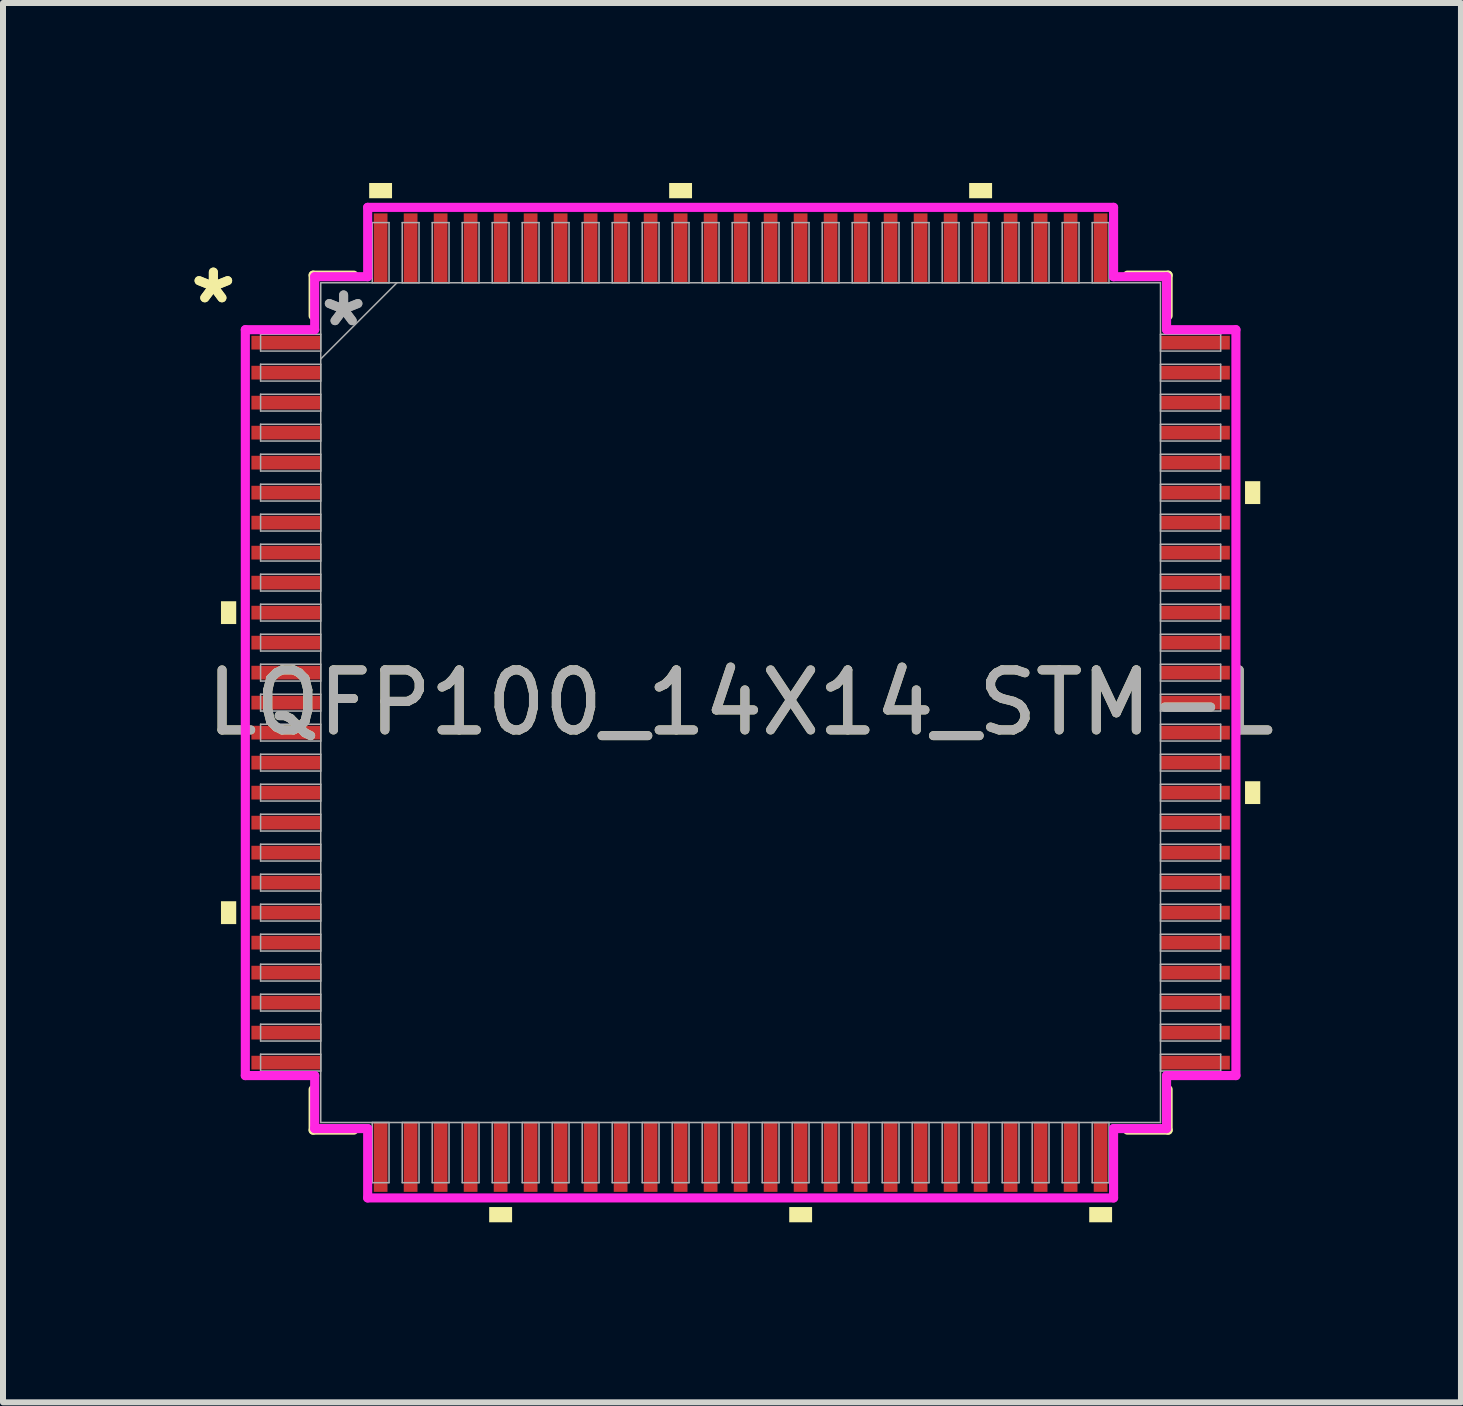
<source format=kicad_pcb>
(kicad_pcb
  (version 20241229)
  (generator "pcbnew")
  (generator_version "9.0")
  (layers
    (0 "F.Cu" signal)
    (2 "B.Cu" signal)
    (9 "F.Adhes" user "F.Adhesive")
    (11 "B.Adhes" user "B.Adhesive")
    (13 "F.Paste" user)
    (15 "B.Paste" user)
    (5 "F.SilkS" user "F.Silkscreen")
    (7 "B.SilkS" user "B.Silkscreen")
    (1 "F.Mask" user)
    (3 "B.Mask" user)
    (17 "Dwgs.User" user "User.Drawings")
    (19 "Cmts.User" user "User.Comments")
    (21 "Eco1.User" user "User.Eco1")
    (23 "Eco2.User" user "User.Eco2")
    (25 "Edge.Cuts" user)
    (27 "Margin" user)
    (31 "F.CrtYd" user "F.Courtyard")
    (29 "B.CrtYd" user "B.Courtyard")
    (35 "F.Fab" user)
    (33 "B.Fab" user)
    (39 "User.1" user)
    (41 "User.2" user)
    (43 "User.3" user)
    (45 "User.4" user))
  (footprint "LQFP100_14X14_STM-L"
    (layer "F.Cu")
    (at 9.294 8.661)
    (property "Reference" "LQFP100_14X14_STM-L" (at 0 0 0) (unlocked yes) (layer "F.SilkS") (effects (font (size 1 1) (thickness 0.15))))
    (attr smd)
    (fp_line (start -7.125 -7.125) (end -7.125 -6.447) (stroke (width 0.152) (type solid)) (layer "F.SilkS"))
    (fp_line (start -7.125 6.447) (end -7.125 7.125) (stroke (width 0.152) (type solid)) (layer "F.SilkS"))
    (fp_line (start -7.125 7.125) (end -6.447 7.125) (stroke (width 0.152) (type solid)) (layer "F.SilkS"))
    (fp_line (start -6.447 -7.125) (end -7.125 -7.125) (stroke (width 0.152) (type solid)) (layer "F.SilkS"))
    (fp_line (start 6.447 7.125) (end 7.125 7.125) (stroke (width 0.152) (type solid)) (layer "F.SilkS"))
    (fp_line (start 7.125 -7.125) (end 6.447 -7.125) (stroke (width 0.152) (type solid)) (layer "F.SilkS"))
    (fp_line (start 7.125 -6.447) (end 7.125 -7.125) (stroke (width 0.152) (type solid)) (layer "F.SilkS"))
    (fp_line (start 7.125 7.125) (end 7.125 6.447) (stroke (width 0.152) (type solid)) (layer "F.SilkS"))
    (fp_poly (pts (xy -8.661 -1.69) (xy -8.661 -1.31) (xy -8.407 -1.31) (xy -8.407 -1.69)) (stroke (width 0) (type solid)) (fill yes) (layer "F.SilkS"))
    (fp_poly (pts (xy -8.661 3.31) (xy -8.661 3.691) (xy -8.407 3.691) (xy -8.407 3.31)) (stroke (width 0) (type solid)) (fill yes) (layer "F.SilkS"))
    (fp_poly (pts (xy -6.191 -8.407) (xy -6.191 -8.661) (xy -5.81 -8.661) (xy -5.81 -8.407)) (stroke (width 0) (type solid)) (fill yes) (layer "F.SilkS"))
    (fp_poly (pts (xy -4.191 8.407) (xy -4.191 8.661) (xy -3.809 8.661) (xy -3.809 8.407)) (stroke (width 0) (type solid)) (fill yes) (layer "F.SilkS"))
    (fp_poly (pts (xy -1.191 -8.407) (xy -1.191 -8.661) (xy -0.81 -8.661) (xy -0.81 -8.407)) (stroke (width 0) (type solid)) (fill yes) (layer "F.SilkS"))
    (fp_poly (pts (xy 0.81 8.407) (xy 0.81 8.661) (xy 1.191 8.661) (xy 1.191 8.407)) (stroke (width 0) (type solid)) (fill yes) (layer "F.SilkS"))
    (fp_poly (pts (xy 3.809 -8.407) (xy 3.809 -8.661) (xy 4.191 -8.661) (xy 4.191 -8.407)) (stroke (width 0) (type solid)) (fill yes) (layer "F.SilkS"))
    (fp_poly (pts (xy 5.81 8.407) (xy 5.81 8.661) (xy 6.191 8.661) (xy 6.191 8.407)) (stroke (width 0) (type solid)) (fill yes) (layer "F.SilkS"))
    (fp_poly (pts (xy 8.661 -3.691) (xy 8.661 -3.31) (xy 8.407 -3.31) (xy 8.407 -3.691)) (stroke (width 0) (type solid)) (fill yes) (layer "F.SilkS"))
    (fp_poly (pts (xy 8.661 1.31) (xy 8.661 1.69) (xy 8.407 1.69) (xy 8.407 1.31)) (stroke (width 0) (type solid)) (fill yes) (layer "F.SilkS"))
    (fp_line (start -8.255 -6.216) (end -7.099 -6.216) (stroke (width 0.152) (type solid)) (layer "F.CrtYd"))
    (fp_line (start -8.255 6.216) (end -8.255 -6.216) (stroke (width 0.152) (type solid)) (layer "F.CrtYd"))
    (fp_line (start -7.099 -7.099) (end -6.216 -7.099) (stroke (width 0.152) (type solid)) (layer "F.CrtYd"))
    (fp_line (start -7.099 -6.216) (end -7.099 -7.099) (stroke (width 0.152) (type solid)) (layer "F.CrtYd"))
    (fp_line (start -7.099 6.216) (end -8.255 6.216) (stroke (width 0.152) (type solid)) (layer "F.CrtYd"))
    (fp_line (start -7.099 7.099) (end -7.099 6.216) (stroke (width 0.152) (type solid)) (layer "F.CrtYd"))
    (fp_line (start -7.099 7.099) (end -6.216 7.099) (stroke (width 0.152) (type solid)) (layer "F.CrtYd"))
    (fp_line (start -6.216 -8.255) (end 6.216 -8.255) (stroke (width 0.152) (type solid)) (layer "F.CrtYd"))
    (fp_line (start -6.216 -7.099) (end -6.216 -8.255) (stroke (width 0.152) (type solid)) (layer "F.CrtYd"))
    (fp_line (start -6.216 7.099) (end -6.216 8.255) (stroke (width 0.152) (type solid)) (layer "F.CrtYd"))
    (fp_line (start -6.216 8.255) (end 6.216 8.255) (stroke (width 0.152) (type solid)) (layer "F.CrtYd"))
    (fp_line (start 6.216 -8.255) (end 6.216 -7.099) (stroke (width 0.152) (type solid)) (layer "F.CrtYd"))
    (fp_line (start 6.216 -7.099) (end 7.099 -7.099) (stroke (width 0.152) (type solid)) (layer "F.CrtYd"))
    (fp_line (start 6.216 7.099) (end 7.099 7.099) (stroke (width 0.152) (type solid)) (layer "F.CrtYd"))
    (fp_line (start 6.216 8.255) (end 6.216 7.099) (stroke (width 0.152) (type solid)) (layer "F.CrtYd"))
    (fp_line (start 7.099 -6.216) (end 7.099 -7.099) (stroke (width 0.152) (type solid)) (layer "F.CrtYd"))
    (fp_line (start 7.099 6.216) (end 8.255 6.216) (stroke (width 0.152) (type solid)) (layer "F.CrtYd"))
    (fp_line (start 7.099 7.099) (end 7.099 6.216) (stroke (width 0.152) (type solid)) (layer "F.CrtYd"))
    (fp_line (start 8.255 -6.216) (end 7.099 -6.216) (stroke (width 0.152) (type solid)) (layer "F.CrtYd"))
    (fp_line (start 8.255 6.216) (end 8.255 -6.216) (stroke (width 0.152) (type solid)) (layer "F.CrtYd"))
    (fp_line (start -8.001 -6.14) (end -8.001 -5.86) (stroke (width 0.025) (type solid)) (layer "F.Fab"))
    (fp_line (start -8.001 -5.86) (end -6.998 -5.86) (stroke (width 0.025) (type solid)) (layer "F.Fab"))
    (fp_line (start -8.001 -5.64) (end -8.001 -5.36) (stroke (width 0.025) (type solid)) (layer "F.Fab"))
    (fp_line (start -8.001 -5.36) (end -6.998 -5.36) (stroke (width 0.025) (type solid)) (layer "F.Fab"))
    (fp_line (start -8.001 -5.14) (end -8.001 -4.86) (stroke (width 0.025) (type solid)) (layer "F.Fab"))
    (fp_line (start -8.001 -4.86) (end -6.998 -4.86) (stroke (width 0.025) (type solid)) (layer "F.Fab"))
    (fp_line (start -8.001 -4.64) (end -8.001 -4.36) (stroke (width 0.025) (type solid)) (layer "F.Fab"))
    (fp_line (start -8.001 -4.36) (end -6.998 -4.36) (stroke (width 0.025) (type solid)) (layer "F.Fab"))
    (fp_line (start -8.001 -4.14) (end -8.001 -3.86) (stroke (width 0.025) (type solid)) (layer "F.Fab"))
    (fp_line (start -8.001 -3.86) (end -6.998 -3.86) (stroke (width 0.025) (type solid)) (layer "F.Fab"))
    (fp_line (start -8.001 -3.64) (end -8.001 -3.36) (stroke (width 0.025) (type solid)) (layer "F.Fab"))
    (fp_line (start -8.001 -3.36) (end -6.998 -3.36) (stroke (width 0.025) (type solid)) (layer "F.Fab"))
    (fp_line (start -8.001 -3.14) (end -8.001 -2.86) (stroke (width 0.025) (type solid)) (layer "F.Fab"))
    (fp_line (start -8.001 -2.86) (end -6.998 -2.86) (stroke (width 0.025) (type solid)) (layer "F.Fab"))
    (fp_line (start -8.001 -2.64) (end -8.001 -2.36) (stroke (width 0.025) (type solid)) (layer "F.Fab"))
    (fp_line (start -8.001 -2.36) (end -6.998 -2.36) (stroke (width 0.025) (type solid)) (layer "F.Fab"))
    (fp_line (start -8.001 -2.14) (end -8.001 -1.86) (stroke (width 0.025) (type solid)) (layer "F.Fab"))
    (fp_line (start -8.001 -1.86) (end -6.998 -1.86) (stroke (width 0.025) (type solid)) (layer "F.Fab"))
    (fp_line (start -8.001 -1.64) (end -8.001 -1.36) (stroke (width 0.025) (type solid)) (layer "F.Fab"))
    (fp_line (start -8.001 -1.36) (end -6.998 -1.36) (stroke (width 0.025) (type solid)) (layer "F.Fab"))
    (fp_line (start -8.001 -1.14) (end -8.001 -0.86) (stroke (width 0.025) (type solid)) (layer "F.Fab"))
    (fp_line (start -8.001 -0.86) (end -6.998 -0.86) (stroke (width 0.025) (type solid)) (layer "F.Fab"))
    (fp_line (start -8.001 -0.64) (end -8.001 -0.36) (stroke (width 0.025) (type solid)) (layer "F.Fab"))
    (fp_line (start -8.001 -0.36) (end -6.998 -0.36) (stroke (width 0.025) (type solid)) (layer "F.Fab"))
    (fp_line (start -8.001 -0.14) (end -8.001 0.14) (stroke (width 0.025) (type solid)) (layer "F.Fab"))
    (fp_line (start -8.001 0.14) (end -6.998 0.14) (stroke (width 0.025) (type solid)) (layer "F.Fab"))
    (fp_line (start -8.001 0.36) (end -8.001 0.64) (stroke (width 0.025) (type solid)) (layer "F.Fab"))
    (fp_line (start -8.001 0.64) (end -6.998 0.64) (stroke (width 0.025) (type solid)) (layer "F.Fab"))
    (fp_line (start -8.001 0.86) (end -8.001 1.14) (stroke (width 0.025) (type solid)) (layer "F.Fab"))
    (fp_line (start -8.001 1.14) (end -6.998 1.14) (stroke (width 0.025) (type solid)) (layer "F.Fab"))
    (fp_line (start -8.001 1.36) (end -8.001 1.64) (stroke (width 0.025) (type solid)) (layer "F.Fab"))
    (fp_line (start -8.001 1.64) (end -6.998 1.64) (stroke (width 0.025) (type solid)) (layer "F.Fab"))
    (fp_line (start -8.001 1.86) (end -8.001 2.14) (stroke (width 0.025) (type solid)) (layer "F.Fab"))
    (fp_line (start -8.001 2.14) (end -6.998 2.14) (stroke (width 0.025) (type solid)) (layer "F.Fab"))
    (fp_line (start -8.001 2.36) (end -8.001 2.64) (stroke (width 0.025) (type solid)) (layer "F.Fab"))
    (fp_line (start -8.001 2.64) (end -6.998 2.64) (stroke (width 0.025) (type solid)) (layer "F.Fab"))
    (fp_line (start -8.001 2.86) (end -8.001 3.14) (stroke (width 0.025) (type solid)) (layer "F.Fab"))
    (fp_line (start -8.001 3.14) (end -6.998 3.14) (stroke (width 0.025) (type solid)) (layer "F.Fab"))
    (fp_line (start -8.001 3.36) (end -8.001 3.64) (stroke (width 0.025) (type solid)) (layer "F.Fab"))
    (fp_line (start -8.001 3.64) (end -6.998 3.64) (stroke (width 0.025) (type solid)) (layer "F.Fab"))
    (fp_line (start -8.001 3.86) (end -8.001 4.14) (stroke (width 0.025) (type solid)) (layer "F.Fab"))
    (fp_line (start -8.001 4.14) (end -6.998 4.14) (stroke (width 0.025) (type solid)) (layer "F.Fab"))
    (fp_line (start -8.001 4.36) (end -8.001 4.64) (stroke (width 0.025) (type solid)) (layer "F.Fab"))
    (fp_line (start -8.001 4.64) (end -6.998 4.64) (stroke (width 0.025) (type solid)) (layer "F.Fab"))
    (fp_line (start -8.001 4.86) (end -8.001 5.14) (stroke (width 0.025) (type solid)) (layer "F.Fab"))
    (fp_line (start -8.001 5.14) (end -6.998 5.14) (stroke (width 0.025) (type solid)) (layer "F.Fab"))
    (fp_line (start -8.001 5.36) (end -8.001 5.64) (stroke (width 0.025) (type solid)) (layer "F.Fab"))
    (fp_line (start -8.001 5.64) (end -6.998 5.64) (stroke (width 0.025) (type solid)) (layer "F.Fab"))
    (fp_line (start -8.001 5.86) (end -8.001 6.14) (stroke (width 0.025) (type solid)) (layer "F.Fab"))
    (fp_line (start -8.001 6.14) (end -6.998 6.14) (stroke (width 0.025) (type solid)) (layer "F.Fab"))
    (fp_line (start -6.998 -6.998) (end -6.998 6.998) (stroke (width 0.025) (type solid)) (layer "F.Fab"))
    (fp_line (start -6.998 -6.14) (end -8.001 -6.14) (stroke (width 0.025) (type solid)) (layer "F.Fab"))
    (fp_line (start -6.998 -5.86) (end -6.998 -6.14) (stroke (width 0.025) (type solid)) (layer "F.Fab"))
    (fp_line (start -6.998 -5.728) (end -5.728 -6.998) (stroke (width 0.025) (type solid)) (layer "F.Fab"))
    (fp_line (start -6.998 -5.64) (end -8.001 -5.64) (stroke (width 0.025) (type solid)) (layer "F.Fab"))
    (fp_line (start -6.998 -5.36) (end -6.998 -5.64) (stroke (width 0.025) (type solid)) (layer "F.Fab"))
    (fp_line (start -6.998 -5.14) (end -8.001 -5.14) (stroke (width 0.025) (type solid)) (layer "F.Fab"))
    (fp_line (start -6.998 -4.86) (end -6.998 -5.14) (stroke (width 0.025) (type solid)) (layer "F.Fab"))
    (fp_line (start -6.998 -4.64) (end -8.001 -4.64) (stroke (width 0.025) (type solid)) (layer "F.Fab"))
    (fp_line (start -6.998 -4.36) (end -6.998 -4.64) (stroke (width 0.025) (type solid)) (layer "F.Fab"))
    (fp_line (start -6.998 -4.14) (end -8.001 -4.14) (stroke (width 0.025) (type solid)) (layer "F.Fab"))
    (fp_line (start -6.998 -3.86) (end -6.998 -4.14) (stroke (width 0.025) (type solid)) (layer "F.Fab"))
    (fp_line (start -6.998 -3.64) (end -8.001 -3.64) (stroke (width 0.025) (type solid)) (layer "F.Fab"))
    (fp_line (start -6.998 -3.36) (end -6.998 -3.64) (stroke (width 0.025) (type solid)) (layer "F.Fab"))
    (fp_line (start -6.998 -3.14) (end -8.001 -3.14) (stroke (width 0.025) (type solid)) (layer "F.Fab"))
    (fp_line (start -6.998 -2.86) (end -6.998 -3.14) (stroke (width 0.025) (type solid)) (layer "F.Fab"))
    (fp_line (start -6.998 -2.64) (end -8.001 -2.64) (stroke (width 0.025) (type solid)) (layer "F.Fab"))
    (fp_line (start -6.998 -2.36) (end -6.998 -2.64) (stroke (width 0.025) (type solid)) (layer "F.Fab"))
    (fp_line (start -6.998 -2.14) (end -8.001 -2.14) (stroke (width 0.025) (type solid)) (layer "F.Fab"))
    (fp_line (start -6.998 -1.86) (end -6.998 -2.14) (stroke (width 0.025) (type solid)) (layer "F.Fab"))
    (fp_line (start -6.998 -1.64) (end -8.001 -1.64) (stroke (width 0.025) (type solid)) (layer "F.Fab"))
    (fp_line (start -6.998 -1.36) (end -6.998 -1.64) (stroke (width 0.025) (type solid)) (layer "F.Fab"))
    (fp_line (start -6.998 -1.14) (end -8.001 -1.14) (stroke (width 0.025) (type solid)) (layer "F.Fab"))
    (fp_line (start -6.998 -0.86) (end -6.998 -1.14) (stroke (width 0.025) (type solid)) (layer "F.Fab"))
    (fp_line (start -6.998 -0.64) (end -8.001 -0.64) (stroke (width 0.025) (type solid)) (layer "F.Fab"))
    (fp_line (start -6.998 -0.36) (end -6.998 -0.64) (stroke (width 0.025) (type solid)) (layer "F.Fab"))
    (fp_line (start -6.998 -0.14) (end -8.001 -0.14) (stroke (width 0.025) (type solid)) (layer "F.Fab"))
    (fp_line (start -6.998 0.14) (end -6.998 -0.14) (stroke (width 0.025) (type solid)) (layer "F.Fab"))
    (fp_line (start -6.998 0.36) (end -8.001 0.36) (stroke (width 0.025) (type solid)) (layer "F.Fab"))
    (fp_line (start -6.998 0.64) (end -6.998 0.36) (stroke (width 0.025) (type solid)) (layer "F.Fab"))
    (fp_line (start -6.998 0.86) (end -8.001 0.86) (stroke (width 0.025) (type solid)) (layer "F.Fab"))
    (fp_line (start -6.998 1.14) (end -6.998 0.86) (stroke (width 0.025) (type solid)) (layer "F.Fab"))
    (fp_line (start -6.998 1.36) (end -8.001 1.36) (stroke (width 0.025) (type solid)) (layer "F.Fab"))
    (fp_line (start -6.998 1.64) (end -6.998 1.36) (stroke (width 0.025) (type solid)) (layer "F.Fab"))
    (fp_line (start -6.998 1.86) (end -8.001 1.86) (stroke (width 0.025) (type solid)) (layer "F.Fab"))
    (fp_line (start -6.998 2.14) (end -6.998 1.86) (stroke (width 0.025) (type solid)) (layer "F.Fab"))
    (fp_line (start -6.998 2.36) (end -8.001 2.36) (stroke (width 0.025) (type solid)) (layer "F.Fab"))
    (fp_line (start -6.998 2.64) (end -6.998 2.36) (stroke (width 0.025) (type solid)) (layer "F.Fab"))
    (fp_line (start -6.998 2.86) (end -8.001 2.86) (stroke (width 0.025) (type solid)) (layer "F.Fab"))
    (fp_line (start -6.998 3.14) (end -6.998 2.86) (stroke (width 0.025) (type solid)) (layer "F.Fab"))
    (fp_line (start -6.998 3.36) (end -8.001 3.36) (stroke (width 0.025) (type solid)) (layer "F.Fab"))
    (fp_line (start -6.998 3.64) (end -6.998 3.36) (stroke (width 0.025) (type solid)) (layer "F.Fab"))
    (fp_line (start -6.998 3.86) (end -8.001 3.86) (stroke (width 0.025) (type solid)) (layer "F.Fab"))
    (fp_line (start -6.998 4.14) (end -6.998 3.86) (stroke (width 0.025) (type solid)) (layer "F.Fab"))
    (fp_line (start -6.998 4.36) (end -8.001 4.36) (stroke (width 0.025) (type solid)) (layer "F.Fab"))
    (fp_line (start -6.998 4.64) (end -6.998 4.36) (stroke (width 0.025) (type solid)) (layer "F.Fab"))
    (fp_line (start -6.998 4.86) (end -8.001 4.86) (stroke (width 0.025) (type solid)) (layer "F.Fab"))
    (fp_line (start -6.998 5.14) (end -6.998 4.86) (stroke (width 0.025) (type solid)) (layer "F.Fab"))
    (fp_line (start -6.998 5.36) (end -8.001 5.36) (stroke (width 0.025) (type solid)) (layer "F.Fab"))
    (fp_line (start -6.998 5.64) (end -6.998 5.36) (stroke (width 0.025) (type solid)) (layer "F.Fab"))
    (fp_line (start -6.998 5.86) (end -8.001 5.86) (stroke (width 0.025) (type solid)) (layer "F.Fab"))
    (fp_line (start -6.998 6.14) (end -6.998 5.86) (stroke (width 0.025) (type solid)) (layer "F.Fab"))
    (fp_line (start -6.998 6.998) (end 6.998 6.998) (stroke (width 0.025) (type solid)) (layer "F.Fab"))
    (fp_line (start -6.14 -8.001) (end -6.14 -6.998) (stroke (width 0.025) (type solid)) (layer "F.Fab"))
    (fp_line (start -6.14 -6.998) (end -5.86 -6.998) (stroke (width 0.025) (type solid)) (layer "F.Fab"))
    (fp_line (start -6.14 6.998) (end -6.14 8.001) (stroke (width 0.025) (type solid)) (layer "F.Fab"))
    (fp_line (start -6.14 8.001) (end -5.86 8.001) (stroke (width 0.025) (type solid)) (layer "F.Fab"))
    (fp_line (start -5.86 -8.001) (end -6.14 -8.001) (stroke (width 0.025) (type solid)) (layer "F.Fab"))
    (fp_line (start -5.86 -6.998) (end -5.86 -8.001) (stroke (width 0.025) (type solid)) (layer "F.Fab"))
    (fp_line (start -5.86 6.998) (end -6.14 6.998) (stroke (width 0.025) (type solid)) (layer "F.Fab"))
    (fp_line (start -5.86 8.001) (end -5.86 6.998) (stroke (width 0.025) (type solid)) (layer "F.Fab"))
    (fp_line (start -5.64 -8.001) (end -5.64 -6.998) (stroke (width 0.025) (type solid)) (layer "F.Fab"))
    (fp_line (start -5.64 -6.998) (end -5.36 -6.998) (stroke (width 0.025) (type solid)) (layer "F.Fab"))
    (fp_line (start -5.64 6.998) (end -5.64 8.001) (stroke (width 0.025) (type solid)) (layer "F.Fab"))
    (fp_line (start -5.64 8.001) (end -5.36 8.001) (stroke (width 0.025) (type solid)) (layer "F.Fab"))
    (fp_line (start -5.36 -8.001) (end -5.64 -8.001) (stroke (width 0.025) (type solid)) (layer "F.Fab"))
    (fp_line (start -5.36 -6.998) (end -5.36 -8.001) (stroke (width 0.025) (type solid)) (layer "F.Fab"))
    (fp_line (start -5.36 6.998) (end -5.64 6.998) (stroke (width 0.025) (type solid)) (layer "F.Fab"))
    (fp_line (start -5.36 8.001) (end -5.36 6.998) (stroke (width 0.025) (type solid)) (layer "F.Fab"))
    (fp_line (start -5.14 -8.001) (end -5.14 -6.998) (stroke (width 0.025) (type solid)) (layer "F.Fab"))
    (fp_line (start -5.14 -6.998) (end -4.86 -6.998) (stroke (width 0.025) (type solid)) (layer "F.Fab"))
    (fp_line (start -5.14 6.998) (end -5.14 8.001) (stroke (width 0.025) (type solid)) (layer "F.Fab"))
    (fp_line (start -5.14 8.001) (end -4.86 8.001) (stroke (width 0.025) (type solid)) (layer "F.Fab"))
    (fp_line (start -4.86 -8.001) (end -5.14 -8.001) (stroke (width 0.025) (type solid)) (layer "F.Fab"))
    (fp_line (start -4.86 -6.998) (end -4.86 -8.001) (stroke (width 0.025) (type solid)) (layer "F.Fab"))
    (fp_line (start -4.86 6.998) (end -5.14 6.998) (stroke (width 0.025) (type solid)) (layer "F.Fab"))
    (fp_line (start -4.86 8.001) (end -4.86 6.998) (stroke (width 0.025) (type solid)) (layer "F.Fab"))
    (fp_line (start -4.64 -8.001) (end -4.64 -6.998) (stroke (width 0.025) (type solid)) (layer "F.Fab"))
    (fp_line (start -4.64 -6.998) (end -4.36 -6.998) (stroke (width 0.025) (type solid)) (layer "F.Fab"))
    (fp_line (start -4.64 6.998) (end -4.64 8.001) (stroke (width 0.025) (type solid)) (layer "F.Fab"))
    (fp_line (start -4.64 8.001) (end -4.36 8.001) (stroke (width 0.025) (type solid)) (layer "F.Fab"))
    (fp_line (start -4.36 -8.001) (end -4.64 -8.001) (stroke (width 0.025) (type solid)) (layer "F.Fab"))
    (fp_line (start -4.36 -6.998) (end -4.36 -8.001) (stroke (width 0.025) (type solid)) (layer "F.Fab"))
    (fp_line (start -4.36 6.998) (end -4.64 6.998) (stroke (width 0.025) (type solid)) (layer "F.Fab"))
    (fp_line (start -4.36 8.001) (end -4.36 6.998) (stroke (width 0.025) (type solid)) (layer "F.Fab"))
    (fp_line (start -4.14 -8.001) (end -4.14 -6.998) (stroke (width 0.025) (type solid)) (layer "F.Fab"))
    (fp_line (start -4.14 -6.998) (end -3.86 -6.998) (stroke (width 0.025) (type solid)) (layer "F.Fab"))
    (fp_line (start -4.14 6.998) (end -4.14 8.001) (stroke (width 0.025) (type solid)) (layer "F.Fab"))
    (fp_line (start -4.14 8.001) (end -3.86 8.001) (stroke (width 0.025) (type solid)) (layer "F.Fab"))
    (fp_line (start -3.86 -8.001) (end -4.14 -8.001) (stroke (width 0.025) (type solid)) (layer "F.Fab"))
    (fp_line (start -3.86 -6.998) (end -3.86 -8.001) (stroke (width 0.025) (type solid)) (layer "F.Fab"))
    (fp_line (start -3.86 6.998) (end -4.14 6.998) (stroke (width 0.025) (type solid)) (layer "F.Fab"))
    (fp_line (start -3.86 8.001) (end -3.86 6.998) (stroke (width 0.025) (type solid)) (layer "F.Fab"))
    (fp_line (start -3.64 -8.001) (end -3.64 -6.998) (stroke (width 0.025) (type solid)) (layer "F.Fab"))
    (fp_line (start -3.64 -6.998) (end -3.36 -6.998) (stroke (width 0.025) (type solid)) (layer "F.Fab"))
    (fp_line (start -3.64 6.998) (end -3.64 8.001) (stroke (width 0.025) (type solid)) (layer "F.Fab"))
    (fp_line (start -3.64 8.001) (end -3.36 8.001) (stroke (width 0.025) (type solid)) (layer "F.Fab"))
    (fp_line (start -3.36 -8.001) (end -3.64 -8.001) (stroke (width 0.025) (type solid)) (layer "F.Fab"))
    (fp_line (start -3.36 -6.998) (end -3.36 -8.001) (stroke (width 0.025) (type solid)) (layer "F.Fab"))
    (fp_line (start -3.36 6.998) (end -3.64 6.998) (stroke (width 0.025) (type solid)) (layer "F.Fab"))
    (fp_line (start -3.36 8.001) (end -3.36 6.998) (stroke (width 0.025) (type solid)) (layer "F.Fab"))
    (fp_line (start -3.14 -8.001) (end -3.14 -6.998) (stroke (width 0.025) (type solid)) (layer "F.Fab"))
    (fp_line (start -3.14 -6.998) (end -2.86 -6.998) (stroke (width 0.025) (type solid)) (layer "F.Fab"))
    (fp_line (start -3.14 6.998) (end -3.14 8.001) (stroke (width 0.025) (type solid)) (layer "F.Fab"))
    (fp_line (start -3.14 8.001) (end -2.86 8.001) (stroke (width 0.025) (type solid)) (layer "F.Fab"))
    (fp_line (start -2.86 -8.001) (end -3.14 -8.001) (stroke (width 0.025) (type solid)) (layer "F.Fab"))
    (fp_line (start -2.86 -6.998) (end -2.86 -8.001) (stroke (width 0.025) (type solid)) (layer "F.Fab"))
    (fp_line (start -2.86 6.998) (end -3.14 6.998) (stroke (width 0.025) (type solid)) (layer "F.Fab"))
    (fp_line (start -2.86 8.001) (end -2.86 6.998) (stroke (width 0.025) (type solid)) (layer "F.Fab"))
    (fp_line (start -2.64 -8.001) (end -2.64 -6.998) (stroke (width 0.025) (type solid)) (layer "F.Fab"))
    (fp_line (start -2.64 -6.998) (end -2.36 -6.998) (stroke (width 0.025) (type solid)) (layer "F.Fab"))
    (fp_line (start -2.64 6.998) (end -2.64 8.001) (stroke (width 0.025) (type solid)) (layer "F.Fab"))
    (fp_line (start -2.64 8.001) (end -2.36 8.001) (stroke (width 0.025) (type solid)) (layer "F.Fab"))
    (fp_line (start -2.36 -8.001) (end -2.64 -8.001) (stroke (width 0.025) (type solid)) (layer "F.Fab"))
    (fp_line (start -2.36 -6.998) (end -2.36 -8.001) (stroke (width 0.025) (type solid)) (layer "F.Fab"))
    (fp_line (start -2.36 6.998) (end -2.64 6.998) (stroke (width 0.025) (type solid)) (layer "F.Fab"))
    (fp_line (start -2.36 8.001) (end -2.36 6.998) (stroke (width 0.025) (type solid)) (layer "F.Fab"))
    (fp_line (start -2.14 -8.001) (end -2.14 -6.998) (stroke (width 0.025) (type solid)) (layer "F.Fab"))
    (fp_line (start -2.14 -6.998) (end -1.86 -6.998) (stroke (width 0.025) (type solid)) (layer "F.Fab"))
    (fp_line (start -2.14 6.998) (end -2.14 8.001) (stroke (width 0.025) (type solid)) (layer "F.Fab"))
    (fp_line (start -2.14 8.001) (end -1.86 8.001) (stroke (width 0.025) (type solid)) (layer "F.Fab"))
    (fp_line (start -1.86 -8.001) (end -2.14 -8.001) (stroke (width 0.025) (type solid)) (layer "F.Fab"))
    (fp_line (start -1.86 -6.998) (end -1.86 -8.001) (stroke (width 0.025) (type solid)) (layer "F.Fab"))
    (fp_line (start -1.86 6.998) (end -2.14 6.998) (stroke (width 0.025) (type solid)) (layer "F.Fab"))
    (fp_line (start -1.86 8.001) (end -1.86 6.998) (stroke (width 0.025) (type solid)) (layer "F.Fab"))
    (fp_line (start -1.64 -8.001) (end -1.64 -6.998) (stroke (width 0.025) (type solid)) (layer "F.Fab"))
    (fp_line (start -1.64 -6.998) (end -1.36 -6.998) (stroke (width 0.025) (type solid)) (layer "F.Fab"))
    (fp_line (start -1.64 6.998) (end -1.64 8.001) (stroke (width 0.025) (type solid)) (layer "F.Fab"))
    (fp_line (start -1.64 8.001) (end -1.36 8.001) (stroke (width 0.025) (type solid)) (layer "F.Fab"))
    (fp_line (start -1.36 -8.001) (end -1.64 -8.001) (stroke (width 0.025) (type solid)) (layer "F.Fab"))
    (fp_line (start -1.36 -6.998) (end -1.36 -8.001) (stroke (width 0.025) (type solid)) (layer "F.Fab"))
    (fp_line (start -1.36 6.998) (end -1.64 6.998) (stroke (width 0.025) (type solid)) (layer "F.Fab"))
    (fp_line (start -1.36 8.001) (end -1.36 6.998) (stroke (width 0.025) (type solid)) (layer "F.Fab"))
    (fp_line (start -1.14 -8.001) (end -1.14 -6.998) (stroke (width 0.025) (type solid)) (layer "F.Fab"))
    (fp_line (start -1.14 -6.998) (end -0.86 -6.998) (stroke (width 0.025) (type solid)) (layer "F.Fab"))
    (fp_line (start -1.14 6.998) (end -1.14 8.001) (stroke (width 0.025) (type solid)) (layer "F.Fab"))
    (fp_line (start -1.14 8.001) (end -0.86 8.001) (stroke (width 0.025) (type solid)) (layer "F.Fab"))
    (fp_line (start -0.86 -8.001) (end -1.14 -8.001) (stroke (width 0.025) (type solid)) (layer "F.Fab"))
    (fp_line (start -0.86 -6.998) (end -0.86 -8.001) (stroke (width 0.025) (type solid)) (layer "F.Fab"))
    (fp_line (start -0.86 6.998) (end -1.14 6.998) (stroke (width 0.025) (type solid)) (layer "F.Fab"))
    (fp_line (start -0.86 8.001) (end -0.86 6.998) (stroke (width 0.025) (type solid)) (layer "F.Fab"))
    (fp_line (start -0.64 -8.001) (end -0.64 -6.998) (stroke (width 0.025) (type solid)) (layer "F.Fab"))
    (fp_line (start -0.64 -6.998) (end -0.36 -6.998) (stroke (width 0.025) (type solid)) (layer "F.Fab"))
    (fp_line (start -0.64 6.998) (end -0.64 8.001) (stroke (width 0.025) (type solid)) (layer "F.Fab"))
    (fp_line (start -0.64 8.001) (end -0.36 8.001) (stroke (width 0.025) (type solid)) (layer "F.Fab"))
    (fp_line (start -0.36 -8.001) (end -0.64 -8.001) (stroke (width 0.025) (type solid)) (layer "F.Fab"))
    (fp_line (start -0.36 -6.998) (end -0.36 -8.001) (stroke (width 0.025) (type solid)) (layer "F.Fab"))
    (fp_line (start -0.36 6.998) (end -0.64 6.998) (stroke (width 0.025) (type solid)) (layer "F.Fab"))
    (fp_line (start -0.36 8.001) (end -0.36 6.998) (stroke (width 0.025) (type solid)) (layer "F.Fab"))
    (fp_line (start -0.14 -8.001) (end -0.14 -6.998) (stroke (width 0.025) (type solid)) (layer "F.Fab"))
    (fp_line (start -0.14 -6.998) (end 0.14 -6.998) (stroke (width 0.025) (type solid)) (layer "F.Fab"))
    (fp_line (start -0.14 6.998) (end -0.14 8.001) (stroke (width 0.025) (type solid)) (layer "F.Fab"))
    (fp_line (start -0.14 8.001) (end 0.14 8.001) (stroke (width 0.025) (type solid)) (layer "F.Fab"))
    (fp_line (start 0.14 -8.001) (end -0.14 -8.001) (stroke (width 0.025) (type solid)) (layer "F.Fab"))
    (fp_line (start 0.14 -6.998) (end 0.14 -8.001) (stroke (width 0.025) (type solid)) (layer "F.Fab"))
    (fp_line (start 0.14 6.998) (end -0.14 6.998) (stroke (width 0.025) (type solid)) (layer "F.Fab"))
    (fp_line (start 0.14 8.001) (end 0.14 6.998) (stroke (width 0.025) (type solid)) (layer "F.Fab"))
    (fp_line (start 0.36 -8.001) (end 0.36 -6.998) (stroke (width 0.025) (type solid)) (layer "F.Fab"))
    (fp_line (start 0.36 -6.998) (end 0.64 -6.998) (stroke (width 0.025) (type solid)) (layer "F.Fab"))
    (fp_line (start 0.36 6.998) (end 0.36 8.001) (stroke (width 0.025) (type solid)) (layer "F.Fab"))
    (fp_line (start 0.36 8.001) (end 0.64 8.001) (stroke (width 0.025) (type solid)) (layer "F.Fab"))
    (fp_line (start 0.64 -8.001) (end 0.36 -8.001) (stroke (width 0.025) (type solid)) (layer "F.Fab"))
    (fp_line (start 0.64 -6.998) (end 0.64 -8.001) (stroke (width 0.025) (type solid)) (layer "F.Fab"))
    (fp_line (start 0.64 6.998) (end 0.36 6.998) (stroke (width 0.025) (type solid)) (layer "F.Fab"))
    (fp_line (start 0.64 8.001) (end 0.64 6.998) (stroke (width 0.025) (type solid)) (layer "F.Fab"))
    (fp_line (start 0.86 -8.001) (end 0.86 -6.998) (stroke (width 0.025) (type solid)) (layer "F.Fab"))
    (fp_line (start 0.86 -6.998) (end 1.14 -6.998) (stroke (width 0.025) (type solid)) (layer "F.Fab"))
    (fp_line (start 0.86 6.998) (end 0.86 8.001) (stroke (width 0.025) (type solid)) (layer "F.Fab"))
    (fp_line (start 0.86 8.001) (end 1.14 8.001) (stroke (width 0.025) (type solid)) (layer "F.Fab"))
    (fp_line (start 1.14 -8.001) (end 0.86 -8.001) (stroke (width 0.025) (type solid)) (layer "F.Fab"))
    (fp_line (start 1.14 -6.998) (end 1.14 -8.001) (stroke (width 0.025) (type solid)) (layer "F.Fab"))
    (fp_line (start 1.14 6.998) (end 0.86 6.998) (stroke (width 0.025) (type solid)) (layer "F.Fab"))
    (fp_line (start 1.14 8.001) (end 1.14 6.998) (stroke (width 0.025) (type solid)) (layer "F.Fab"))
    (fp_line (start 1.36 -8.001) (end 1.36 -6.998) (stroke (width 0.025) (type solid)) (layer "F.Fab"))
    (fp_line (start 1.36 -6.998) (end 1.64 -6.998) (stroke (width 0.025) (type solid)) (layer "F.Fab"))
    (fp_line (start 1.36 6.998) (end 1.36 8.001) (stroke (width 0.025) (type solid)) (layer "F.Fab"))
    (fp_line (start 1.36 8.001) (end 1.64 8.001) (stroke (width 0.025) (type solid)) (layer "F.Fab"))
    (fp_line (start 1.64 -8.001) (end 1.36 -8.001) (stroke (width 0.025) (type solid)) (layer "F.Fab"))
    (fp_line (start 1.64 -6.998) (end 1.64 -8.001) (stroke (width 0.025) (type solid)) (layer "F.Fab"))
    (fp_line (start 1.64 6.998) (end 1.36 6.998) (stroke (width 0.025) (type solid)) (layer "F.Fab"))
    (fp_line (start 1.64 8.001) (end 1.64 6.998) (stroke (width 0.025) (type solid)) (layer "F.Fab"))
    (fp_line (start 1.86 -8.001) (end 1.86 -6.998) (stroke (width 0.025) (type solid)) (layer "F.Fab"))
    (fp_line (start 1.86 -6.998) (end 2.14 -6.998) (stroke (width 0.025) (type solid)) (layer "F.Fab"))
    (fp_line (start 1.86 6.998) (end 1.86 8.001) (stroke (width 0.025) (type solid)) (layer "F.Fab"))
    (fp_line (start 1.86 8.001) (end 2.14 8.001) (stroke (width 0.025) (type solid)) (layer "F.Fab"))
    (fp_line (start 2.14 -8.001) (end 1.86 -8.001) (stroke (width 0.025) (type solid)) (layer "F.Fab"))
    (fp_line (start 2.14 -6.998) (end 2.14 -8.001) (stroke (width 0.025) (type solid)) (layer "F.Fab"))
    (fp_line (start 2.14 6.998) (end 1.86 6.998) (stroke (width 0.025) (type solid)) (layer "F.Fab"))
    (fp_line (start 2.14 8.001) (end 2.14 6.998) (stroke (width 0.025) (type solid)) (layer "F.Fab"))
    (fp_line (start 2.36 -8.001) (end 2.36 -6.998) (stroke (width 0.025) (type solid)) (layer "F.Fab"))
    (fp_line (start 2.36 -6.998) (end 2.64 -6.998) (stroke (width 0.025) (type solid)) (layer "F.Fab"))
    (fp_line (start 2.36 6.998) (end 2.36 8.001) (stroke (width 0.025) (type solid)) (layer "F.Fab"))
    (fp_line (start 2.36 8.001) (end 2.64 8.001) (stroke (width 0.025) (type solid)) (layer "F.Fab"))
    (fp_line (start 2.64 -8.001) (end 2.36 -8.001) (stroke (width 0.025) (type solid)) (layer "F.Fab"))
    (fp_line (start 2.64 -6.998) (end 2.64 -8.001) (stroke (width 0.025) (type solid)) (layer "F.Fab"))
    (fp_line (start 2.64 6.998) (end 2.36 6.998) (stroke (width 0.025) (type solid)) (layer "F.Fab"))
    (fp_line (start 2.64 8.001) (end 2.64 6.998) (stroke (width 0.025) (type solid)) (layer "F.Fab"))
    (fp_line (start 2.86 -8.001) (end 2.86 -6.998) (stroke (width 0.025) (type solid)) (layer "F.Fab"))
    (fp_line (start 2.86 -6.998) (end 3.14 -6.998) (stroke (width 0.025) (type solid)) (layer "F.Fab"))
    (fp_line (start 2.86 6.998) (end 2.86 8.001) (stroke (width 0.025) (type solid)) (layer "F.Fab"))
    (fp_line (start 2.86 8.001) (end 3.14 8.001) (stroke (width 0.025) (type solid)) (layer "F.Fab"))
    (fp_line (start 3.14 -8.001) (end 2.86 -8.001) (stroke (width 0.025) (type solid)) (layer "F.Fab"))
    (fp_line (start 3.14 -6.998) (end 3.14 -8.001) (stroke (width 0.025) (type solid)) (layer "F.Fab"))
    (fp_line (start 3.14 6.998) (end 2.86 6.998) (stroke (width 0.025) (type solid)) (layer "F.Fab"))
    (fp_line (start 3.14 8.001) (end 3.14 6.998) (stroke (width 0.025) (type solid)) (layer "F.Fab"))
    (fp_line (start 3.36 -8.001) (end 3.36 -6.998) (stroke (width 0.025) (type solid)) (layer "F.Fab"))
    (fp_line (start 3.36 -6.998) (end 3.64 -6.998) (stroke (width 0.025) (type solid)) (layer "F.Fab"))
    (fp_line (start 3.36 6.998) (end 3.36 8.001) (stroke (width 0.025) (type solid)) (layer "F.Fab"))
    (fp_line (start 3.36 8.001) (end 3.64 8.001) (stroke (width 0.025) (type solid)) (layer "F.Fab"))
    (fp_line (start 3.64 -8.001) (end 3.36 -8.001) (stroke (width 0.025) (type solid)) (layer "F.Fab"))
    (fp_line (start 3.64 -6.998) (end 3.64 -8.001) (stroke (width 0.025) (type solid)) (layer "F.Fab"))
    (fp_line (start 3.64 6.998) (end 3.36 6.998) (stroke (width 0.025) (type solid)) (layer "F.Fab"))
    (fp_line (start 3.64 8.001) (end 3.64 6.998) (stroke (width 0.025) (type solid)) (layer "F.Fab"))
    (fp_line (start 3.86 -8.001) (end 3.86 -6.998) (stroke (width 0.025) (type solid)) (layer "F.Fab"))
    (fp_line (start 3.86 -6.998) (end 4.14 -6.998) (stroke (width 0.025) (type solid)) (layer "F.Fab"))
    (fp_line (start 3.86 6.998) (end 3.86 8.001) (stroke (width 0.025) (type solid)) (layer "F.Fab"))
    (fp_line (start 3.86 8.001) (end 4.14 8.001) (stroke (width 0.025) (type solid)) (layer "F.Fab"))
    (fp_line (start 4.14 -8.001) (end 3.86 -8.001) (stroke (width 0.025) (type solid)) (layer "F.Fab"))
    (fp_line (start 4.14 -6.998) (end 4.14 -8.001) (stroke (width 0.025) (type solid)) (layer "F.Fab"))
    (fp_line (start 4.14 6.998) (end 3.86 6.998) (stroke (width 0.025) (type solid)) (layer "F.Fab"))
    (fp_line (start 4.14 8.001) (end 4.14 6.998) (stroke (width 0.025) (type solid)) (layer "F.Fab"))
    (fp_line (start 4.36 -8.001) (end 4.36 -6.998) (stroke (width 0.025) (type solid)) (layer "F.Fab"))
    (fp_line (start 4.36 -6.998) (end 4.64 -6.998) (stroke (width 0.025) (type solid)) (layer "F.Fab"))
    (fp_line (start 4.36 6.998) (end 4.36 8.001) (stroke (width 0.025) (type solid)) (layer "F.Fab"))
    (fp_line (start 4.36 8.001) (end 4.64 8.001) (stroke (width 0.025) (type solid)) (layer "F.Fab"))
    (fp_line (start 4.64 -8.001) (end 4.36 -8.001) (stroke (width 0.025) (type solid)) (layer "F.Fab"))
    (fp_line (start 4.64 -6.998) (end 4.64 -8.001) (stroke (width 0.025) (type solid)) (layer "F.Fab"))
    (fp_line (start 4.64 6.998) (end 4.36 6.998) (stroke (width 0.025) (type solid)) (layer "F.Fab"))
    (fp_line (start 4.64 8.001) (end 4.64 6.998) (stroke (width 0.025) (type solid)) (layer "F.Fab"))
    (fp_line (start 4.86 -8.001) (end 4.86 -6.998) (stroke (width 0.025) (type solid)) (layer "F.Fab"))
    (fp_line (start 4.86 -6.998) (end 5.14 -6.998) (stroke (width 0.025) (type solid)) (layer "F.Fab"))
    (fp_line (start 4.86 6.998) (end 4.86 8.001) (stroke (width 0.025) (type solid)) (layer "F.Fab"))
    (fp_line (start 4.86 8.001) (end 5.14 8.001) (stroke (width 0.025) (type solid)) (layer "F.Fab"))
    (fp_line (start 5.14 -8.001) (end 4.86 -8.001) (stroke (width 0.025) (type solid)) (layer "F.Fab"))
    (fp_line (start 5.14 -6.998) (end 5.14 -8.001) (stroke (width 0.025) (type solid)) (layer "F.Fab"))
    (fp_line (start 5.14 6.998) (end 4.86 6.998) (stroke (width 0.025) (type solid)) (layer "F.Fab"))
    (fp_line (start 5.14 8.001) (end 5.14 6.998) (stroke (width 0.025) (type solid)) (layer "F.Fab"))
    (fp_line (start 5.36 -8.001) (end 5.36 -6.998) (stroke (width 0.025) (type solid)) (layer "F.Fab"))
    (fp_line (start 5.36 -6.998) (end 5.64 -6.998) (stroke (width 0.025) (type solid)) (layer "F.Fab"))
    (fp_line (start 5.36 6.998) (end 5.36 8.001) (stroke (width 0.025) (type solid)) (layer "F.Fab"))
    (fp_line (start 5.36 8.001) (end 5.64 8.001) (stroke (width 0.025) (type solid)) (layer "F.Fab"))
    (fp_line (start 5.64 -8.001) (end 5.36 -8.001) (stroke (width 0.025) (type solid)) (layer "F.Fab"))
    (fp_line (start 5.64 -6.998) (end 5.64 -8.001) (stroke (width 0.025) (type solid)) (layer "F.Fab"))
    (fp_line (start 5.64 6.998) (end 5.36 6.998) (stroke (width 0.025) (type solid)) (layer "F.Fab"))
    (fp_line (start 5.64 8.001) (end 5.64 6.998) (stroke (width 0.025) (type solid)) (layer "F.Fab"))
    (fp_line (start 5.86 -8.001) (end 5.86 -6.998) (stroke (width 0.025) (type solid)) (layer "F.Fab"))
    (fp_line (start 5.86 -6.998) (end 6.14 -6.998) (stroke (width 0.025) (type solid)) (layer "F.Fab"))
    (fp_line (start 5.86 6.998) (end 5.86 8.001) (stroke (width 0.025) (type solid)) (layer "F.Fab"))
    (fp_line (start 5.86 8.001) (end 6.14 8.001) (stroke (width 0.025) (type solid)) (layer "F.Fab"))
    (fp_line (start 6.14 -8.001) (end 5.86 -8.001) (stroke (width 0.025) (type solid)) (layer "F.Fab"))
    (fp_line (start 6.14 -6.998) (end 6.14 -8.001) (stroke (width 0.025) (type solid)) (layer "F.Fab"))
    (fp_line (start 6.14 6.998) (end 5.86 6.998) (stroke (width 0.025) (type solid)) (layer "F.Fab"))
    (fp_line (start 6.14 8.001) (end 6.14 6.998) (stroke (width 0.025) (type solid)) (layer "F.Fab"))
    (fp_line (start 6.998 -6.998) (end -6.998 -6.998) (stroke (width 0.025) (type solid)) (layer "F.Fab"))
    (fp_line (start 6.998 -6.14) (end 6.998 -5.86) (stroke (width 0.025) (type solid)) (layer "F.Fab"))
    (fp_line (start 6.998 -5.86) (end 8.001 -5.86) (stroke (width 0.025) (type solid)) (layer "F.Fab"))
    (fp_line (start 6.998 -5.64) (end 6.998 -5.36) (stroke (width 0.025) (type solid)) (layer "F.Fab"))
    (fp_line (start 6.998 -5.36) (end 8.001 -5.36) (stroke (width 0.025) (type solid)) (layer "F.Fab"))
    (fp_line (start 6.998 -5.14) (end 6.998 -4.86) (stroke (width 0.025) (type solid)) (layer "F.Fab"))
    (fp_line (start 6.998 -4.86) (end 8.001 -4.86) (stroke (width 0.025) (type solid)) (layer "F.Fab"))
    (fp_line (start 6.998 -4.64) (end 6.998 -4.36) (stroke (width 0.025) (type solid)) (layer "F.Fab"))
    (fp_line (start 6.998 -4.36) (end 8.001 -4.36) (stroke (width 0.025) (type solid)) (layer "F.Fab"))
    (fp_line (start 6.998 -4.14) (end 6.998 -3.86) (stroke (width 0.025) (type solid)) (layer "F.Fab"))
    (fp_line (start 6.998 -3.86) (end 8.001 -3.86) (stroke (width 0.025) (type solid)) (layer "F.Fab"))
    (fp_line (start 6.998 -3.64) (end 6.998 -3.36) (stroke (width 0.025) (type solid)) (layer "F.Fab"))
    (fp_line (start 6.998 -3.36) (end 8.001 -3.36) (stroke (width 0.025) (type solid)) (layer "F.Fab"))
    (fp_line (start 6.998 -3.14) (end 6.998 -2.86) (stroke (width 0.025) (type solid)) (layer "F.Fab"))
    (fp_line (start 6.998 -2.86) (end 8.001 -2.86) (stroke (width 0.025) (type solid)) (layer "F.Fab"))
    (fp_line (start 6.998 -2.64) (end 6.998 -2.36) (stroke (width 0.025) (type solid)) (layer "F.Fab"))
    (fp_line (start 6.998 -2.36) (end 8.001 -2.36) (stroke (width 0.025) (type solid)) (layer "F.Fab"))
    (fp_line (start 6.998 -2.14) (end 6.998 -1.86) (stroke (width 0.025) (type solid)) (layer "F.Fab"))
    (fp_line (start 6.998 -1.86) (end 8.001 -1.86) (stroke (width 0.025) (type solid)) (layer "F.Fab"))
    (fp_line (start 6.998 -1.64) (end 6.998 -1.36) (stroke (width 0.025) (type solid)) (layer "F.Fab"))
    (fp_line (start 6.998 -1.36) (end 8.001 -1.36) (stroke (width 0.025) (type solid)) (layer "F.Fab"))
    (fp_line (start 6.998 -1.14) (end 6.998 -0.86) (stroke (width 0.025) (type solid)) (layer "F.Fab"))
    (fp_line (start 6.998 -0.86) (end 8.001 -0.86) (stroke (width 0.025) (type solid)) (layer "F.Fab"))
    (fp_line (start 6.998 -0.64) (end 6.998 -0.36) (stroke (width 0.025) (type solid)) (layer "F.Fab"))
    (fp_line (start 6.998 -0.36) (end 8.001 -0.36) (stroke (width 0.025) (type solid)) (layer "F.Fab"))
    (fp_line (start 6.998 -0.14) (end 6.998 0.14) (stroke (width 0.025) (type solid)) (layer "F.Fab"))
    (fp_line (start 6.998 0.14) (end 8.001 0.14) (stroke (width 0.025) (type solid)) (layer "F.Fab"))
    (fp_line (start 6.998 0.36) (end 6.998 0.64) (stroke (width 0.025) (type solid)) (layer "F.Fab"))
    (fp_line (start 6.998 0.64) (end 8.001 0.64) (stroke (width 0.025) (type solid)) (layer "F.Fab"))
    (fp_line (start 6.998 0.86) (end 6.998 1.14) (stroke (width 0.025) (type solid)) (layer "F.Fab"))
    (fp_line (start 6.998 1.14) (end 8.001 1.14) (stroke (width 0.025) (type solid)) (layer "F.Fab"))
    (fp_line (start 6.998 1.36) (end 6.998 1.64) (stroke (width 0.025) (type solid)) (layer "F.Fab"))
    (fp_line (start 6.998 1.64) (end 8.001 1.64) (stroke (width 0.025) (type solid)) (layer "F.Fab"))
    (fp_line (start 6.998 1.86) (end 6.998 2.14) (stroke (width 0.025) (type solid)) (layer "F.Fab"))
    (fp_line (start 6.998 2.14) (end 8.001 2.14) (stroke (width 0.025) (type solid)) (layer "F.Fab"))
    (fp_line (start 6.998 2.36) (end 6.998 2.64) (stroke (width 0.025) (type solid)) (layer "F.Fab"))
    (fp_line (start 6.998 2.64) (end 8.001 2.64) (stroke (width 0.025) (type solid)) (layer "F.Fab"))
    (fp_line (start 6.998 2.86) (end 6.998 3.14) (stroke (width 0.025) (type solid)) (layer "F.Fab"))
    (fp_line (start 6.998 3.14) (end 8.001 3.14) (stroke (width 0.025) (type solid)) (layer "F.Fab"))
    (fp_line (start 6.998 3.36) (end 6.998 3.64) (stroke (width 0.025) (type solid)) (layer "F.Fab"))
    (fp_line (start 6.998 3.64) (end 8.001 3.64) (stroke (width 0.025) (type solid)) (layer "F.Fab"))
    (fp_line (start 6.998 3.86) (end 6.998 4.14) (stroke (width 0.025) (type solid)) (layer "F.Fab"))
    (fp_line (start 6.998 4.14) (end 8.001 4.14) (stroke (width 0.025) (type solid)) (layer "F.Fab"))
    (fp_line (start 6.998 4.36) (end 6.998 4.64) (stroke (width 0.025) (type solid)) (layer "F.Fab"))
    (fp_line (start 6.998 4.64) (end 8.001 4.64) (stroke (width 0.025) (type solid)) (layer "F.Fab"))
    (fp_line (start 6.998 4.86) (end 6.998 5.14) (stroke (width 0.025) (type solid)) (layer "F.Fab"))
    (fp_line (start 6.998 5.14) (end 8.001 5.14) (stroke (width 0.025) (type solid)) (layer "F.Fab"))
    (fp_line (start 6.998 5.36) (end 6.998 5.64) (stroke (width 0.025) (type solid)) (layer "F.Fab"))
    (fp_line (start 6.998 5.64) (end 8.001 5.64) (stroke (width 0.025) (type solid)) (layer "F.Fab"))
    (fp_line (start 6.998 5.86) (end 6.998 6.14) (stroke (width 0.025) (type solid)) (layer "F.Fab"))
    (fp_line (start 6.998 6.14) (end 8.001 6.14) (stroke (width 0.025) (type solid)) (layer "F.Fab"))
    (fp_line (start 6.998 6.998) (end 6.998 -6.998) (stroke (width 0.025) (type solid)) (layer "F.Fab"))
    (fp_line (start 8.001 -6.14) (end 6.998 -6.14) (stroke (width 0.025) (type solid)) (layer "F.Fab"))
    (fp_line (start 8.001 -5.86) (end 8.001 -6.14) (stroke (width 0.025) (type solid)) (layer "F.Fab"))
    (fp_line (start 8.001 -5.64) (end 6.998 -5.64) (stroke (width 0.025) (type solid)) (layer "F.Fab"))
    (fp_line (start 8.001 -5.36) (end 8.001 -5.64) (stroke (width 0.025) (type solid)) (layer "F.Fab"))
    (fp_line (start 8.001 -5.14) (end 6.998 -5.14) (stroke (width 0.025) (type solid)) (layer "F.Fab"))
    (fp_line (start 8.001 -4.86) (end 8.001 -5.14) (stroke (width 0.025) (type solid)) (layer "F.Fab"))
    (fp_line (start 8.001 -4.64) (end 6.998 -4.64) (stroke (width 0.025) (type solid)) (layer "F.Fab"))
    (fp_line (start 8.001 -4.36) (end 8.001 -4.64) (stroke (width 0.025) (type solid)) (layer "F.Fab"))
    (fp_line (start 8.001 -4.14) (end 6.998 -4.14) (stroke (width 0.025) (type solid)) (layer "F.Fab"))
    (fp_line (start 8.001 -3.86) (end 8.001 -4.14) (stroke (width 0.025) (type solid)) (layer "F.Fab"))
    (fp_line (start 8.001 -3.64) (end 6.998 -3.64) (stroke (width 0.025) (type solid)) (layer "F.Fab"))
    (fp_line (start 8.001 -3.36) (end 8.001 -3.64) (stroke (width 0.025) (type solid)) (layer "F.Fab"))
    (fp_line (start 8.001 -3.14) (end 6.998 -3.14) (stroke (width 0.025) (type solid)) (layer "F.Fab"))
    (fp_line (start 8.001 -2.86) (end 8.001 -3.14) (stroke (width 0.025) (type solid)) (layer "F.Fab"))
    (fp_line (start 8.001 -2.64) (end 6.998 -2.64) (stroke (width 0.025) (type solid)) (layer "F.Fab"))
    (fp_line (start 8.001 -2.36) (end 8.001 -2.64) (stroke (width 0.025) (type solid)) (layer "F.Fab"))
    (fp_line (start 8.001 -2.14) (end 6.998 -2.14) (stroke (width 0.025) (type solid)) (layer "F.Fab"))
    (fp_line (start 8.001 -1.86) (end 8.001 -2.14) (stroke (width 0.025) (type solid)) (layer "F.Fab"))
    (fp_line (start 8.001 -1.64) (end 6.998 -1.64) (stroke (width 0.025) (type solid)) (layer "F.Fab"))
    (fp_line (start 8.001 -1.36) (end 8.001 -1.64) (stroke (width 0.025) (type solid)) (layer "F.Fab"))
    (fp_line (start 8.001 -1.14) (end 6.998 -1.14) (stroke (width 0.025) (type solid)) (layer "F.Fab"))
    (fp_line (start 8.001 -0.86) (end 8.001 -1.14) (stroke (width 0.025) (type solid)) (layer "F.Fab"))
    (fp_line (start 8.001 -0.64) (end 6.998 -0.64) (stroke (width 0.025) (type solid)) (layer "F.Fab"))
    (fp_line (start 8.001 -0.36) (end 8.001 -0.64) (stroke (width 0.025) (type solid)) (layer "F.Fab"))
    (fp_line (start 8.001 -0.14) (end 6.998 -0.14) (stroke (width 0.025) (type solid)) (layer "F.Fab"))
    (fp_line (start 8.001 0.14) (end 8.001 -0.14) (stroke (width 0.025) (type solid)) (layer "F.Fab"))
    (fp_line (start 8.001 0.36) (end 6.998 0.36) (stroke (width 0.025) (type solid)) (layer "F.Fab"))
    (fp_line (start 8.001 0.64) (end 8.001 0.36) (stroke (width 0.025) (type solid)) (layer "F.Fab"))
    (fp_line (start 8.001 0.86) (end 6.998 0.86) (stroke (width 0.025) (type solid)) (layer "F.Fab"))
    (fp_line (start 8.001 1.14) (end 8.001 0.86) (stroke (width 0.025) (type solid)) (layer "F.Fab"))
    (fp_line (start 8.001 1.36) (end 6.998 1.36) (stroke (width 0.025) (type solid)) (layer "F.Fab"))
    (fp_line (start 8.001 1.64) (end 8.001 1.36) (stroke (width 0.025) (type solid)) (layer "F.Fab"))
    (fp_line (start 8.001 1.86) (end 6.998 1.86) (stroke (width 0.025) (type solid)) (layer "F.Fab"))
    (fp_line (start 8.001 2.14) (end 8.001 1.86) (stroke (width 0.025) (type solid)) (layer "F.Fab"))
    (fp_line (start 8.001 2.36) (end 6.998 2.36) (stroke (width 0.025) (type solid)) (layer "F.Fab"))
    (fp_line (start 8.001 2.64) (end 8.001 2.36) (stroke (width 0.025) (type solid)) (layer "F.Fab"))
    (fp_line (start 8.001 2.86) (end 6.998 2.86) (stroke (width 0.025) (type solid)) (layer "F.Fab"))
    (fp_line (start 8.001 3.14) (end 8.001 2.86) (stroke (width 0.025) (type solid)) (layer "F.Fab"))
    (fp_line (start 8.001 3.36) (end 6.998 3.36) (stroke (width 0.025) (type solid)) (layer "F.Fab"))
    (fp_line (start 8.001 3.64) (end 8.001 3.36) (stroke (width 0.025) (type solid)) (layer "F.Fab"))
    (fp_line (start 8.001 3.86) (end 6.998 3.86) (stroke (width 0.025) (type solid)) (layer "F.Fab"))
    (fp_line (start 8.001 4.14) (end 8.001 3.86) (stroke (width 0.025) (type solid)) (layer "F.Fab"))
    (fp_line (start 8.001 4.36) (end 6.998 4.36) (stroke (width 0.025) (type solid)) (layer "F.Fab"))
    (fp_line (start 8.001 4.64) (end 8.001 4.36) (stroke (width 0.025) (type solid)) (layer "F.Fab"))
    (fp_line (start 8.001 4.86) (end 6.998 4.86) (stroke (width 0.025) (type solid)) (layer "F.Fab"))
    (fp_line (start 8.001 5.14) (end 8.001 4.86) (stroke (width 0.025) (type solid)) (layer "F.Fab"))
    (fp_line (start 8.001 5.36) (end 6.998 5.36) (stroke (width 0.025) (type solid)) (layer "F.Fab"))
    (fp_line (start 8.001 5.64) (end 8.001 5.36) (stroke (width 0.025) (type solid)) (layer "F.Fab"))
    (fp_line (start 8.001 5.86) (end 6.998 5.86) (stroke (width 0.025) (type solid)) (layer "F.Fab"))
    (fp_line (start 8.001 6.14) (end 8.001 5.86) (stroke (width 0.025) (type solid)) (layer "F.Fab"))
    (fp_text user "*" (at -8.788 -6.631 0) (unlocked yes) (layer "F.SilkS") (effects (font (size 1 1) (thickness 0.15))))
    (fp_text user "*" (at -8.788 -6.631 0) (layer "F.SilkS") (effects (font (size 1 1) (thickness 0.15))))
    (fp_text user "${REFERENCE}" (at 0 0 0) (unlocked yes) (layer "F.Fab") (effects (font (size 1 1) (thickness 0.15))))
    (fp_text user "*" (at -6.617 -6.25 0) (unlocked yes) (layer "F.Fab") (effects (font (size 1 1) (thickness 0.15))))
    (fp_text user "*" (at -6.617 -6.25 0) (layer "F.Fab") (effects (font (size 1 1) (thickness 0.15))))
    (pad "1" smd rect (at -7.576 -6 90) (size 0.229 1.156) (layers "F.Cu" "F.Mask" "F.Paste"))
    (pad "2" smd rect (at -7.576 -5.5 90) (size 0.229 1.156) (layers "F.Cu" "F.Mask" "F.Paste"))
    (pad "3" smd rect (at -7.576 -5 90) (size 0.229 1.156) (layers "F.Cu" "F.Mask" "F.Paste"))
    (pad "4" smd rect (at -7.576 -4.5 90) (size 0.229 1.156) (layers "F.Cu" "F.Mask" "F.Paste"))
    (pad "5" smd rect (at -7.576 -4 90) (size 0.229 1.156) (layers "F.Cu" "F.Mask" "F.Paste"))
    (pad "6" smd rect (at -7.576 -3.5 90) (size 0.229 1.156) (layers "F.Cu" "F.Mask" "F.Paste"))
    (pad "7" smd rect (at -7.576 -3 90) (size 0.229 1.156) (layers "F.Cu" "F.Mask" "F.Paste"))
    (pad "8" smd rect (at -7.576 -2.5 90) (size 0.229 1.156) (layers "F.Cu" "F.Mask" "F.Paste"))
    (pad "9" smd rect (at -7.576 -2 90) (size 0.229 1.156) (layers "F.Cu" "F.Mask" "F.Paste"))
    (pad "10" smd rect (at -7.576 -1.5 90) (size 0.229 1.156) (layers "F.Cu" "F.Mask" "F.Paste"))
    (pad "11" smd rect (at -7.576 -1 90) (size 0.229 1.156) (layers "F.Cu" "F.Mask" "F.Paste"))
    (pad "12" smd rect (at -7.576 -0.5 90) (size 0.229 1.156) (layers "F.Cu" "F.Mask" "F.Paste"))
    (pad "13" smd rect (at -7.576 0 90) (size 0.229 1.156) (layers "F.Cu" "F.Mask" "F.Paste"))
    (pad "14" smd rect (at -7.576 0.5 90) (size 0.229 1.156) (layers "F.Cu" "F.Mask" "F.Paste"))
    (pad "15" smd rect (at -7.576 1 90) (size 0.229 1.156) (layers "F.Cu" "F.Mask" "F.Paste"))
    (pad "16" smd rect (at -7.576 1.5 90) (size 0.229 1.156) (layers "F.Cu" "F.Mask" "F.Paste"))
    (pad "17" smd rect (at -7.576 2 90) (size 0.229 1.156) (layers "F.Cu" "F.Mask" "F.Paste"))
    (pad "18" smd rect (at -7.576 2.5 90) (size 0.229 1.156) (layers "F.Cu" "F.Mask" "F.Paste"))
    (pad "19" smd rect (at -7.576 3 90) (size 0.229 1.156) (layers "F.Cu" "F.Mask" "F.Paste"))
    (pad "20" smd rect (at -7.576 3.5 90) (size 0.229 1.156) (layers "F.Cu" "F.Mask" "F.Paste"))
    (pad "21" smd rect (at -7.576 4 90) (size 0.229 1.156) (layers "F.Cu" "F.Mask" "F.Paste"))
    (pad "22" smd rect (at -7.576 4.5 90) (size 0.229 1.156) (layers "F.Cu" "F.Mask" "F.Paste"))
    (pad "23" smd rect (at -7.576 5 90) (size 0.229 1.156) (layers "F.Cu" "F.Mask" "F.Paste"))
    (pad "24" smd rect (at -7.576 5.5 90) (size 0.229 1.156) (layers "F.Cu" "F.Mask" "F.Paste"))
    (pad "25" smd rect (at -7.576 6 90) (size 0.229 1.156) (layers "F.Cu" "F.Mask" "F.Paste"))
    (pad "26" smd rect (at -6 7.576) (size 0.229 1.156) (layers "F.Cu" "F.Mask" "F.Paste"))
    (pad "27" smd rect (at -5.5 7.576) (size 0.229 1.156) (layers "F.Cu" "F.Mask" "F.Paste"))
    (pad "28" smd rect (at -5 7.576) (size 0.229 1.156) (layers "F.Cu" "F.Mask" "F.Paste"))
    (pad "29" smd rect (at -4.5 7.576) (size 0.229 1.156) (layers "F.Cu" "F.Mask" "F.Paste"))
    (pad "30" smd rect (at -4 7.576) (size 0.229 1.156) (layers "F.Cu" "F.Mask" "F.Paste"))
    (pad "31" smd rect (at -3.5 7.576) (size 0.229 1.156) (layers "F.Cu" "F.Mask" "F.Paste"))
    (pad "32" smd rect (at -3 7.576) (size 0.229 1.156) (layers "F.Cu" "F.Mask" "F.Paste"))
    (pad "33" smd rect (at -2.5 7.576) (size 0.229 1.156) (layers "F.Cu" "F.Mask" "F.Paste"))
    (pad "34" smd rect (at -2 7.576) (size 0.229 1.156) (layers "F.Cu" "F.Mask" "F.Paste"))
    (pad "35" smd rect (at -1.5 7.576) (size 0.229 1.156) (layers "F.Cu" "F.Mask" "F.Paste"))
    (pad "36" smd rect (at -1 7.576) (size 0.229 1.156) (layers "F.Cu" "F.Mask" "F.Paste"))
    (pad "37" smd rect (at -0.5 7.576) (size 0.229 1.156) (layers "F.Cu" "F.Mask" "F.Paste"))
    (pad "38" smd rect (at 0 7.576) (size 0.229 1.156) (layers "F.Cu" "F.Mask" "F.Paste"))
    (pad "39" smd rect (at 0.5 7.576) (size 0.229 1.156) (layers "F.Cu" "F.Mask" "F.Paste"))
    (pad "40" smd rect (at 1 7.576) (size 0.229 1.156) (layers "F.Cu" "F.Mask" "F.Paste"))
    (pad "41" smd rect (at 1.5 7.576) (size 0.229 1.156) (layers "F.Cu" "F.Mask" "F.Paste"))
    (pad "42" smd rect (at 2 7.576) (size 0.229 1.156) (layers "F.Cu" "F.Mask" "F.Paste"))
    (pad "43" smd rect (at 2.5 7.576) (size 0.229 1.156) (layers "F.Cu" "F.Mask" "F.Paste"))
    (pad "44" smd rect (at 3 7.576) (size 0.229 1.156) (layers "F.Cu" "F.Mask" "F.Paste"))
    (pad "45" smd rect (at 3.5 7.576) (size 0.229 1.156) (layers "F.Cu" "F.Mask" "F.Paste"))
    (pad "46" smd rect (at 4 7.576) (size 0.229 1.156) (layers "F.Cu" "F.Mask" "F.Paste"))
    (pad "47" smd rect (at 4.5 7.576) (size 0.229 1.156) (layers "F.Cu" "F.Mask" "F.Paste"))
    (pad "48" smd rect (at 5 7.576) (size 0.229 1.156) (layers "F.Cu" "F.Mask" "F.Paste"))
    (pad "49" smd rect (at 5.5 7.576) (size 0.229 1.156) (layers "F.Cu" "F.Mask" "F.Paste"))
    (pad "50" smd rect (at 6 7.576) (size 0.229 1.156) (layers "F.Cu" "F.Mask" "F.Paste"))
    (pad "51" smd rect (at 7.576 6 90) (size 0.229 1.156) (layers "F.Cu" "F.Mask" "F.Paste"))
    (pad "52" smd rect (at 7.576 5.5 90) (size 0.229 1.156) (layers "F.Cu" "F.Mask" "F.Paste"))
    (pad "53" smd rect (at 7.576 5 90) (size 0.229 1.156) (layers "F.Cu" "F.Mask" "F.Paste"))
    (pad "54" smd rect (at 7.576 4.5 90) (size 0.229 1.156) (layers "F.Cu" "F.Mask" "F.Paste"))
    (pad "55" smd rect (at 7.576 4 90) (size 0.229 1.156) (layers "F.Cu" "F.Mask" "F.Paste"))
    (pad "56" smd rect (at 7.576 3.5 90) (size 0.229 1.156) (layers "F.Cu" "F.Mask" "F.Paste"))
    (pad "57" smd rect (at 7.576 3 90) (size 0.229 1.156) (layers "F.Cu" "F.Mask" "F.Paste"))
    (pad "58" smd rect (at 7.576 2.5 90) (size 0.229 1.156) (layers "F.Cu" "F.Mask" "F.Paste"))
    (pad "59" smd rect (at 7.576 2 90) (size 0.229 1.156) (layers "F.Cu" "F.Mask" "F.Paste"))
    (pad "60" smd rect (at 7.576 1.5 90) (size 0.229 1.156) (layers "F.Cu" "F.Mask" "F.Paste"))
    (pad "61" smd rect (at 7.576 1 90) (size 0.229 1.156) (layers "F.Cu" "F.Mask" "F.Paste"))
    (pad "62" smd rect (at 7.576 0.5 90) (size 0.229 1.156) (layers "F.Cu" "F.Mask" "F.Paste"))
    (pad "63" smd rect (at 7.576 0 90) (size 0.229 1.156) (layers "F.Cu" "F.Mask" "F.Paste"))
    (pad "64" smd rect (at 7.576 -0.5 90) (size 0.229 1.156) (layers "F.Cu" "F.Mask" "F.Paste"))
    (pad "65" smd rect (at 7.576 -1 90) (size 0.229 1.156) (layers "F.Cu" "F.Mask" "F.Paste"))
    (pad "66" smd rect (at 7.576 -1.5 90) (size 0.229 1.156) (layers "F.Cu" "F.Mask" "F.Paste"))
    (pad "67" smd rect (at 7.576 -2 90) (size 0.229 1.156) (layers "F.Cu" "F.Mask" "F.Paste"))
    (pad "68" smd rect (at 7.576 -2.5 90) (size 0.229 1.156) (layers "F.Cu" "F.Mask" "F.Paste"))
    (pad "69" smd rect (at 7.576 -3 90) (size 0.229 1.156) (layers "F.Cu" "F.Mask" "F.Paste"))
    (pad "70" smd rect (at 7.576 -3.5 90) (size 0.229 1.156) (layers "F.Cu" "F.Mask" "F.Paste"))
    (pad "71" smd rect (at 7.576 -4 90) (size 0.229 1.156) (layers "F.Cu" "F.Mask" "F.Paste"))
    (pad "72" smd rect (at 7.576 -4.5 90) (size 0.229 1.156) (layers "F.Cu" "F.Mask" "F.Paste"))
    (pad "73" smd rect (at 7.576 -5 90) (size 0.229 1.156) (layers "F.Cu" "F.Mask" "F.Paste"))
    (pad "74" smd rect (at 7.576 -5.5 90) (size 0.229 1.156) (layers "F.Cu" "F.Mask" "F.Paste"))
    (pad "75" smd rect (at 7.576 -6 90) (size 0.229 1.156) (layers "F.Cu" "F.Mask" "F.Paste"))
    (pad "76" smd rect (at 6 -7.576) (size 0.229 1.156) (layers "F.Cu" "F.Mask" "F.Paste"))
    (pad "77" smd rect (at 5.5 -7.576) (size 0.229 1.156) (layers "F.Cu" "F.Mask" "F.Paste"))
    (pad "78" smd rect (at 5 -7.576) (size 0.229 1.156) (layers "F.Cu" "F.Mask" "F.Paste"))
    (pad "79" smd rect (at 4.5 -7.576) (size 0.229 1.156) (layers "F.Cu" "F.Mask" "F.Paste"))
    (pad "80" smd rect (at 4 -7.576) (size 0.229 1.156) (layers "F.Cu" "F.Mask" "F.Paste"))
    (pad "81" smd rect (at 3.5 -7.576) (size 0.229 1.156) (layers "F.Cu" "F.Mask" "F.Paste"))
    (pad "82" smd rect (at 3 -7.576) (size 0.229 1.156) (layers "F.Cu" "F.Mask" "F.Paste"))
    (pad "83" smd rect (at 2.5 -7.576) (size 0.229 1.156) (layers "F.Cu" "F.Mask" "F.Paste"))
    (pad "84" smd rect (at 2 -7.576) (size 0.229 1.156) (layers "F.Cu" "F.Mask" "F.Paste"))
    (pad "85" smd rect (at 1.5 -7.576) (size 0.229 1.156) (layers "F.Cu" "F.Mask" "F.Paste"))
    (pad "86" smd rect (at 1 -7.576) (size 0.229 1.156) (layers "F.Cu" "F.Mask" "F.Paste"))
    (pad "87" smd rect (at 0.5 -7.576) (size 0.229 1.156) (layers "F.Cu" "F.Mask" "F.Paste"))
    (pad "88" smd rect (at 0 -7.576) (size 0.229 1.156) (layers "F.Cu" "F.Mask" "F.Paste"))
    (pad "89" smd rect (at -0.5 -7.576) (size 0.229 1.156) (layers "F.Cu" "F.Mask" "F.Paste"))
    (pad "90" smd rect (at -1 -7.576) (size 0.229 1.156) (layers "F.Cu" "F.Mask" "F.Paste"))
    (pad "91" smd rect (at -1.5 -7.576) (size 0.229 1.156) (layers "F.Cu" "F.Mask" "F.Paste"))
    (pad "92" smd rect (at -2 -7.576) (size 0.229 1.156) (layers "F.Cu" "F.Mask" "F.Paste"))
    (pad "93" smd rect (at -2.5 -7.576) (size 0.229 1.156) (layers "F.Cu" "F.Mask" "F.Paste"))
    (pad "94" smd rect (at -3 -7.576) (size 0.229 1.156) (layers "F.Cu" "F.Mask" "F.Paste"))
    (pad "95" smd rect (at -3.5 -7.576) (size 0.229 1.156) (layers "F.Cu" "F.Mask" "F.Paste"))
    (pad "96" smd rect (at -4 -7.576) (size 0.229 1.156) (layers "F.Cu" "F.Mask" "F.Paste"))
    (pad "97" smd rect (at -4.5 -7.576) (size 0.229 1.156) (layers "F.Cu" "F.Mask" "F.Paste"))
    (pad "98" smd rect (at -5 -7.576) (size 0.229 1.156) (layers "F.Cu" "F.Mask" "F.Paste"))
    (pad "99" smd rect (at -5.5 -7.576) (size 0.229 1.156) (layers "F.Cu" "F.Mask" "F.Paste"))
    (pad "100" smd rect (at -6 -7.576) (size 0.229 1.156) (layers "F.Cu" "F.Mask" "F.Paste")))
  (gr_rect
    (start -3 -3)
    (end 21.3 20.323)
    (stroke (width 0.1) (type default))
    (fill no)
    (layer "Edge.Cuts")))
</source>
